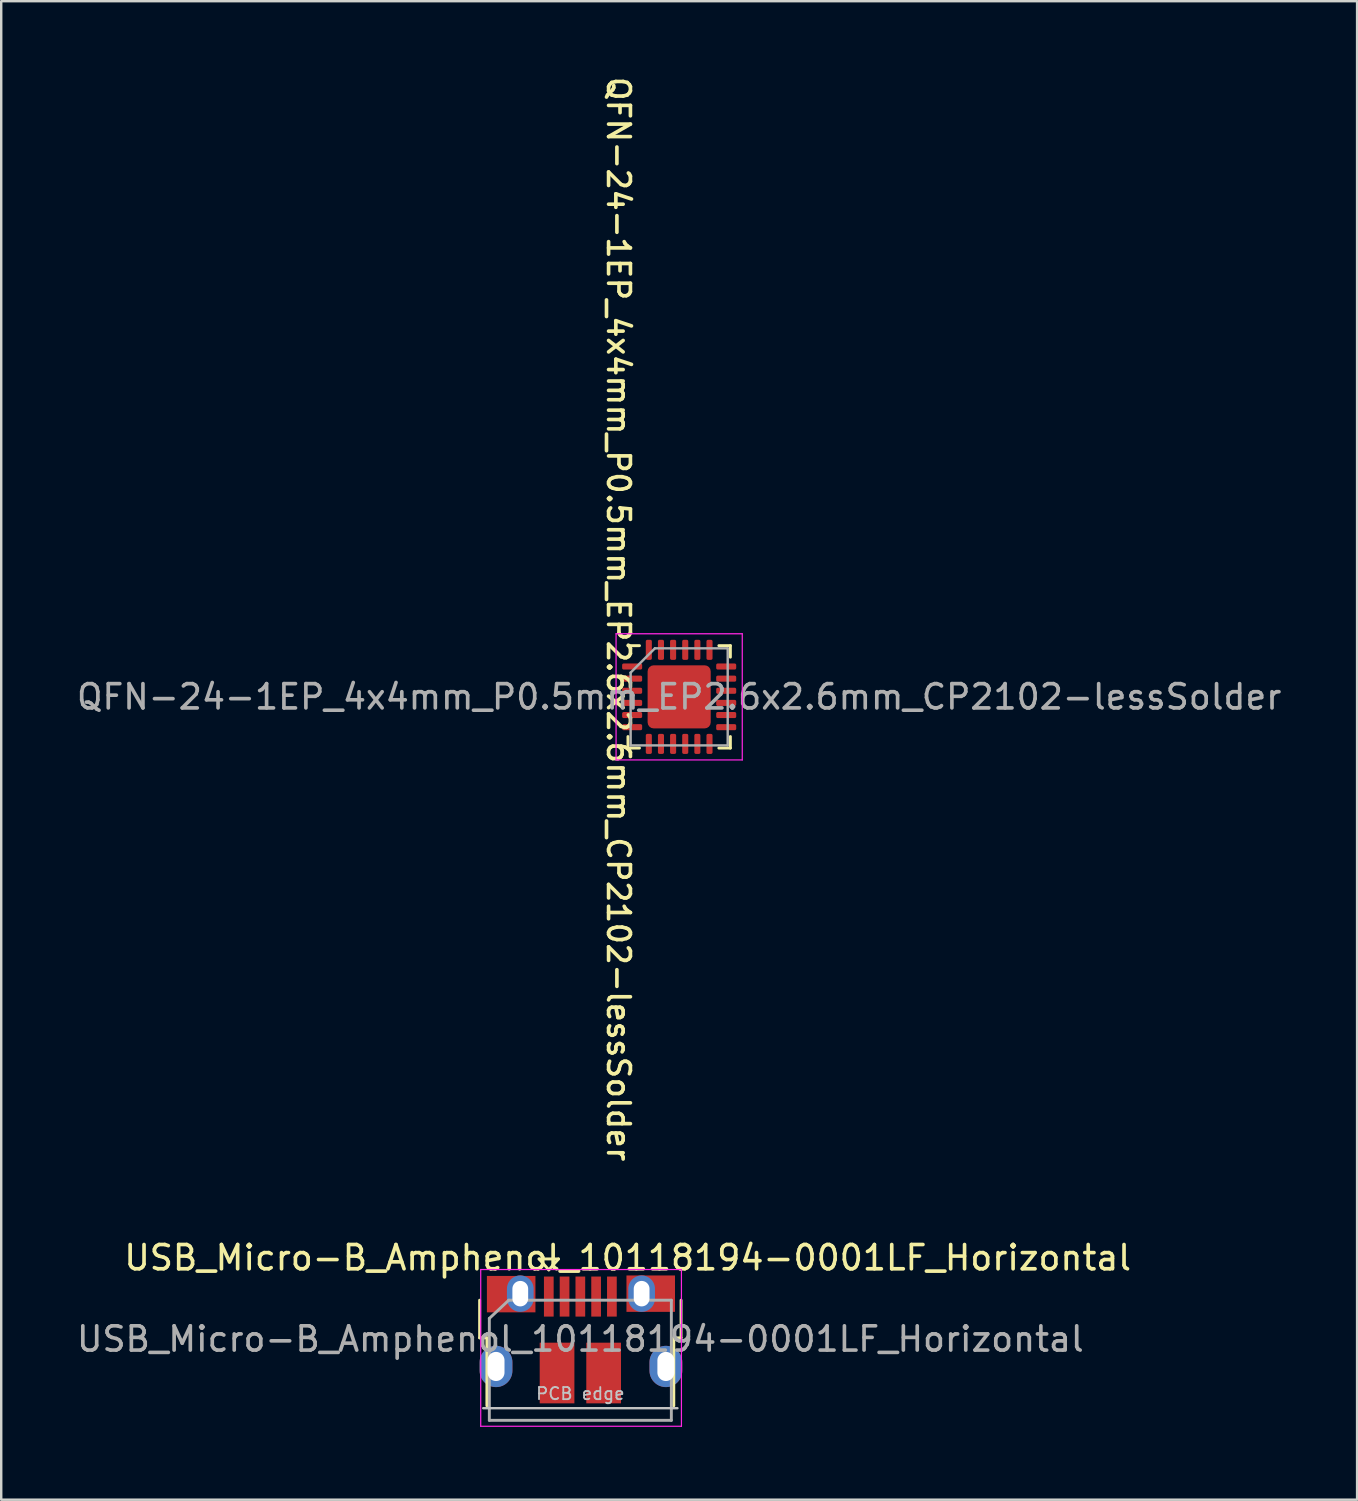
<source format=kicad_pcb>
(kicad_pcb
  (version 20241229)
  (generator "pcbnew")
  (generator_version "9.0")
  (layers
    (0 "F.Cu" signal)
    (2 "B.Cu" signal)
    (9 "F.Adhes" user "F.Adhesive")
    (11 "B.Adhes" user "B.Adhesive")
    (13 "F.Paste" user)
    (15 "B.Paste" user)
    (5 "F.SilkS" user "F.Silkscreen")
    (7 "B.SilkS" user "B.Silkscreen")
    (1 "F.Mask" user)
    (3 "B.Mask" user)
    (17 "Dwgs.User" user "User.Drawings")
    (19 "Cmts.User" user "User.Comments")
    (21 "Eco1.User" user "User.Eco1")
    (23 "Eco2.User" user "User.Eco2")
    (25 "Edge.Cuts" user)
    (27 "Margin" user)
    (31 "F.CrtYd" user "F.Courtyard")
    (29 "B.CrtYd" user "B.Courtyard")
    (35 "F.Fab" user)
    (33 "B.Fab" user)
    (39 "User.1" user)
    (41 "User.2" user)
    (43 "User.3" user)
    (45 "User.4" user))
  (footprint "QFN-24-1EP_4x4mm_P0.5mm_EP2.6x2.6mm_CP2102-lessSolder"
    (layer "F.Cu")
    (at 24.935 25.664)
    (property "Reference" "QFN-24-1EP_4x4mm_P0.5mm_EP2.6x2.6mm_CP2102-lessSolder" (at -2.5 -3.2 270) (unlocked yes) (layer "F.SilkS") (effects (font (size 0.9 0.9) (thickness 0.15))))
    (attr smd)
    (fp_line (start -2.11 2.11) (end -2.11 1.635) (stroke (width 0.12) (type solid)) (layer "F.SilkS"))
    (fp_line (start -1.635 -2.11) (end -2.11 -2.11) (stroke (width 0.12) (type solid)) (layer "F.SilkS"))
    (fp_line (start -1.635 2.11) (end -2.11 2.11) (stroke (width 0.12) (type solid)) (layer "F.SilkS"))
    (fp_line (start 1.635 -2.11) (end 2.11 -2.11) (stroke (width 0.12) (type solid)) (layer "F.SilkS"))
    (fp_line (start 1.635 2.11) (end 2.11 2.11) (stroke (width 0.12) (type solid)) (layer "F.SilkS"))
    (fp_line (start 2.11 -2.11) (end 2.11 -1.635) (stroke (width 0.12) (type solid)) (layer "F.SilkS"))
    (fp_line (start 2.11 2.11) (end 2.11 1.635) (stroke (width 0.12) (type solid)) (layer "F.SilkS"))
    (fp_line (start -2.6 -2.6) (end -2.6 2.6) (stroke (width 0.05) (type solid)) (layer "F.CrtYd"))
    (fp_line (start -2.6 2.6) (end 2.6 2.6) (stroke (width 0.05) (type solid)) (layer "F.CrtYd"))
    (fp_line (start 2.6 -2.6) (end -2.6 -2.6) (stroke (width 0.05) (type solid)) (layer "F.CrtYd"))
    (fp_line (start 2.6 2.6) (end 2.6 -2.6) (stroke (width 0.05) (type solid)) (layer "F.CrtYd"))
    (fp_line (start -2 -1) (end -1 -2) (stroke (width 0.1) (type solid)) (layer "F.Fab"))
    (fp_line (start -2 2) (end -2 -1) (stroke (width 0.1) (type solid)) (layer "F.Fab"))
    (fp_line (start -1 -2) (end 2 -2) (stroke (width 0.1) (type solid)) (layer "F.Fab"))
    (fp_line (start 2 -2) (end 2 2) (stroke (width 0.1) (type solid)) (layer "F.Fab"))
    (fp_line (start 2 2) (end -2 2) (stroke (width 0.1) (type solid)) (layer "F.Fab"))
    (fp_text user "${REFERENCE}" (at 0 0 0) (layer "F.Fab") (effects (font (size 1 1) (thickness 0.15))))
    (pad "" smd roundrect (at -0.65 -0.65) (size 0.75 0.75) (layers "F.Paste") (roundrect_rratio 0.238))
    (pad "" smd roundrect (at -0.65 0.65) (size 0.75 0.75) (layers "F.Paste") (roundrect_rratio 0.238))
    (pad "" smd roundrect (at 0.65 -0.65) (size 0.75 0.75) (layers "F.Paste") (roundrect_rratio 0.238))
    (pad "" smd roundrect (at 0.65 0.65) (size 0.75 0.75) (layers "F.Paste") (roundrect_rratio 0.238))
    (pad "1" smd roundrect (at -1.938 -1.25) (size 0.825 0.25) (layers "F.Cu" "F.Mask" "F.Paste") (roundrect_rratio 0.25))
    (pad "2" smd roundrect (at -1.938 -0.75) (size 0.825 0.25) (layers "F.Cu" "F.Mask" "F.Paste") (roundrect_rratio 0.25))
    (pad "3" smd roundrect (at -1.938 -0.25) (size 0.825 0.25) (layers "F.Cu" "F.Mask" "F.Paste") (roundrect_rratio 0.25))
    (pad "4" smd roundrect (at -1.938 0.25) (size 0.825 0.25) (layers "F.Cu" "F.Mask" "F.Paste") (roundrect_rratio 0.25))
    (pad "5" smd roundrect (at -1.938 0.75) (size 0.825 0.25) (layers "F.Cu" "F.Mask" "F.Paste") (roundrect_rratio 0.25))
    (pad "6" smd roundrect (at -1.938 1.25) (size 0.825 0.25) (layers "F.Cu" "F.Mask" "F.Paste") (roundrect_rratio 0.25))
    (pad "7" smd roundrect (at -1.25 1.938) (size 0.25 0.825) (layers "F.Cu" "F.Mask" "F.Paste") (roundrect_rratio 0.25))
    (pad "8" smd roundrect (at -0.75 1.938) (size 0.25 0.825) (layers "F.Cu" "F.Mask" "F.Paste") (roundrect_rratio 0.25))
    (pad "9" smd roundrect (at -0.25 1.938) (size 0.25 0.825) (layers "F.Cu" "F.Mask" "F.Paste") (roundrect_rratio 0.25))
    (pad "10" smd roundrect (at 0.25 1.938) (size 0.25 0.825) (layers "F.Cu" "F.Mask" "F.Paste") (roundrect_rratio 0.25))
    (pad "11" smd roundrect (at 0.75 1.938) (size 0.25 0.825) (layers "F.Cu" "F.Mask" "F.Paste") (roundrect_rratio 0.25))
    (pad "12" smd roundrect (at 1.25 1.938) (size 0.25 0.825) (layers "F.Cu" "F.Mask" "F.Paste") (roundrect_rratio 0.25))
    (pad "13" smd roundrect (at 1.938 1.25) (size 0.825 0.25) (layers "F.Cu" "F.Mask" "F.Paste") (roundrect_rratio 0.25))
    (pad "14" smd roundrect (at 1.938 0.75) (size 0.825 0.25) (layers "F.Cu" "F.Mask" "F.Paste") (roundrect_rratio 0.25))
    (pad "15" smd roundrect (at 1.938 0.25) (size 0.825 0.25) (layers "F.Cu" "F.Mask" "F.Paste") (roundrect_rratio 0.25))
    (pad "16" smd roundrect (at 1.938 -0.25) (size 0.825 0.25) (layers "F.Cu" "F.Mask" "F.Paste") (roundrect_rratio 0.25))
    (pad "17" smd roundrect (at 1.938 -0.75) (size 0.825 0.25) (layers "F.Cu" "F.Mask" "F.Paste") (roundrect_rratio 0.25))
    (pad "18" smd roundrect (at 1.938 -1.25) (size 0.825 0.25) (layers "F.Cu" "F.Mask" "F.Paste") (roundrect_rratio 0.25))
    (pad "19" smd roundrect (at 1.25 -1.938) (size 0.25 0.825) (layers "F.Cu" "F.Mask" "F.Paste") (roundrect_rratio 0.25))
    (pad "20" smd roundrect (at 0.75 -1.938) (size 0.25 0.825) (layers "F.Cu" "F.Mask" "F.Paste") (roundrect_rratio 0.25))
    (pad "21" smd roundrect (at 0.25 -1.938) (size 0.25 0.825) (layers "F.Cu" "F.Mask" "F.Paste") (roundrect_rratio 0.25))
    (pad "22" smd roundrect (at -0.25 -1.938) (size 0.25 0.825) (layers "F.Cu" "F.Mask" "F.Paste") (roundrect_rratio 0.25))
    (pad "23" smd roundrect (at -0.75 -1.938) (size 0.25 0.825) (layers "F.Cu" "F.Mask" "F.Paste") (roundrect_rratio 0.25))
    (pad "24" smd roundrect (at -1.25 -1.938) (size 0.25 0.825) (layers "F.Cu" "F.Mask" "F.Paste") (roundrect_rratio 0.25))
    (pad "25" smd roundrect (at 0 0) (size 2.6 2.6) (layers "F.Cu" "F.Mask") (roundrect_rratio 0.096)))
  (footprint "USB_Micro-B_Amphenol_10118194-0001LF_Horizontal"
    (layer "F.Cu")
    (at 20.888 52.14)
    (property "Reference" "USB_Micro-B_Amphenol_10118194-0001LF_Horizontal" (at 1.925 -3.365 0) (layer "F.SilkS") (effects (font (size 1 1) (thickness 0.15))))
    (attr smd)
    (fp_line (start -4.175 -0.065) (end -4.175 -1.615) (stroke (width 0.12) (type solid)) (layer "F.SilkS"))
    (fp_line (start -4.175 -0.065) (end -3.875 -0.065) (stroke (width 0.12) (type solid)) (layer "F.SilkS"))
    (fp_line (start -3.875 2.735) (end -3.875 -0.065) (stroke (width 0.12) (type solid)) (layer "F.SilkS"))
    (fp_line (start -1.725 -3.315) (end -0.925 -3.315) (stroke (width 0.12) (type solid)) (layer "F.SilkS"))
    (fp_line (start -1.325 -2.865) (end -1.725 -3.315) (stroke (width 0.12) (type solid)) (layer "F.SilkS"))
    (fp_line (start -0.925 -3.315) (end -1.325 -2.865) (stroke (width 0.12) (type solid)) (layer "F.SilkS"))
    (fp_line (start 3.825 -0.065) (end 4.125 -0.065) (stroke (width 0.12) (type solid)) (layer "F.SilkS"))
    (fp_line (start 3.825 2.735) (end 3.825 -0.065) (stroke (width 0.12) (type solid)) (layer "F.SilkS"))
    (fp_line (start 4.125 -0.065) (end 4.125 -1.615) (stroke (width 0.12) (type solid)) (layer "F.SilkS"))
    (fp_line (start -4.025 2.835) (end 3.975 2.835) (stroke (width 0.1) (type solid)) (layer "Dwgs.User"))
    (fp_line (start -4.13 -2.88) (end -4.13 3.58) (stroke (width 0.05) (type solid)) (layer "F.CrtYd"))
    (fp_line (start -4.13 -2.88) (end 4.14 -2.88) (stroke (width 0.05) (type solid)) (layer "F.CrtYd"))
    (fp_line (start 4.14 3.58) (end -4.13 3.58) (stroke (width 0.05) (type solid)) (layer "F.CrtYd"))
    (fp_line (start 4.14 3.58) (end 4.14 -2.88) (stroke (width 0.05) (type solid)) (layer "F.CrtYd"))
    (fp_line (start -3.775 -0.865) (end -2.975 -1.615) (stroke (width 0.12) (type solid)) (layer "F.Fab"))
    (fp_line (start -3.775 3.335) (end -3.775 -0.865) (stroke (width 0.12) (type solid)) (layer "F.Fab"))
    (fp_line (start -2.975 -1.615) (end 3.725 -1.615) (stroke (width 0.12) (type solid)) (layer "F.Fab"))
    (fp_line (start 3.725 -1.615) (end 3.725 3.335) (stroke (width 0.12) (type solid)) (layer "F.Fab"))
    (fp_line (start 3.725 3.335) (end -3.775 3.335) (stroke (width 0.12) (type solid)) (layer "F.Fab"))
    (fp_text user "PCB edge" (at -0.025 2.235 0) (layer "Dwgs.User") (effects (font (size 0.5 0.5) (thickness 0.075))))
    (fp_text user "${REFERENCE}" (at -0.025 -0.015 0) (layer "F.Fab") (effects (font (size 1 1) (thickness 0.15))))
    (pad "1" smd rect (at -1.325 -1.765 90) (size 1.65 0.4) (layers "F.Cu" "F.Mask" "F.Paste"))
    (pad "2" smd rect (at -0.675 -1.765 90) (size 1.65 0.4) (layers "F.Cu" "F.Mask" "F.Paste"))
    (pad "3" smd rect (at -0.025 -1.765 90) (size 1.65 0.4) (layers "F.Cu" "F.Mask" "F.Paste"))
    (pad "4" smd rect (at 0.625 -1.765 90) (size 1.65 0.4) (layers "F.Cu" "F.Mask" "F.Paste"))
    (pad "5" smd rect (at 1.275 -1.765 90) (size 1.65 0.4) (layers "F.Cu" "F.Mask" "F.Paste"))
    (pad "6" thru_hole oval (at -3.5 1.115 90) (size 1.7 1.35) (drill oval 1.2 0.7) (layers "*.Cu" "*.Mask"))
    (pad "6" smd rect (at -2.875 -1.865) (size 2 1.5) (layers "F.Cu" "F.Mask" "F.Paste"))
    (pad "6" thru_hole oval (at -2.5 -1.885 90) (size 1.5 1.1) (drill oval 1.05 0.65) (layers "*.Cu" "*.Mask"))
    (pad "6" smd rect (at -0.985 1.385 90) (size 2.5 1.43) (layers "F.Cu" "F.Mask" "F.Paste"))
    (pad "6" smd rect (at 0.935 1.385 90) (size 2.5 1.43) (layers "F.Cu" "F.Mask" "F.Paste"))
    (pad "6" thru_hole oval (at 2.5 -1.885 90) (size 1.5 1.1) (drill oval 1.05 0.65) (layers "*.Cu" "*.Mask"))
    (pad "6" smd rect (at 2.875 -1.885) (size 2 1.5) (layers "F.Cu" "F.Mask" "F.Paste"))
    (pad "6" thru_hole oval (at 3.5 1.115 90) (size 1.7 1.35) (drill oval 1.2 0.7) (layers "*.Cu" "*.Mask")))
  (gr_rect
    (start -3 -3)
    (end 52.869 58.745)
    (stroke (width 0.1) (type default))
    (fill no)
    (layer "Edge.Cuts")))
</source>
